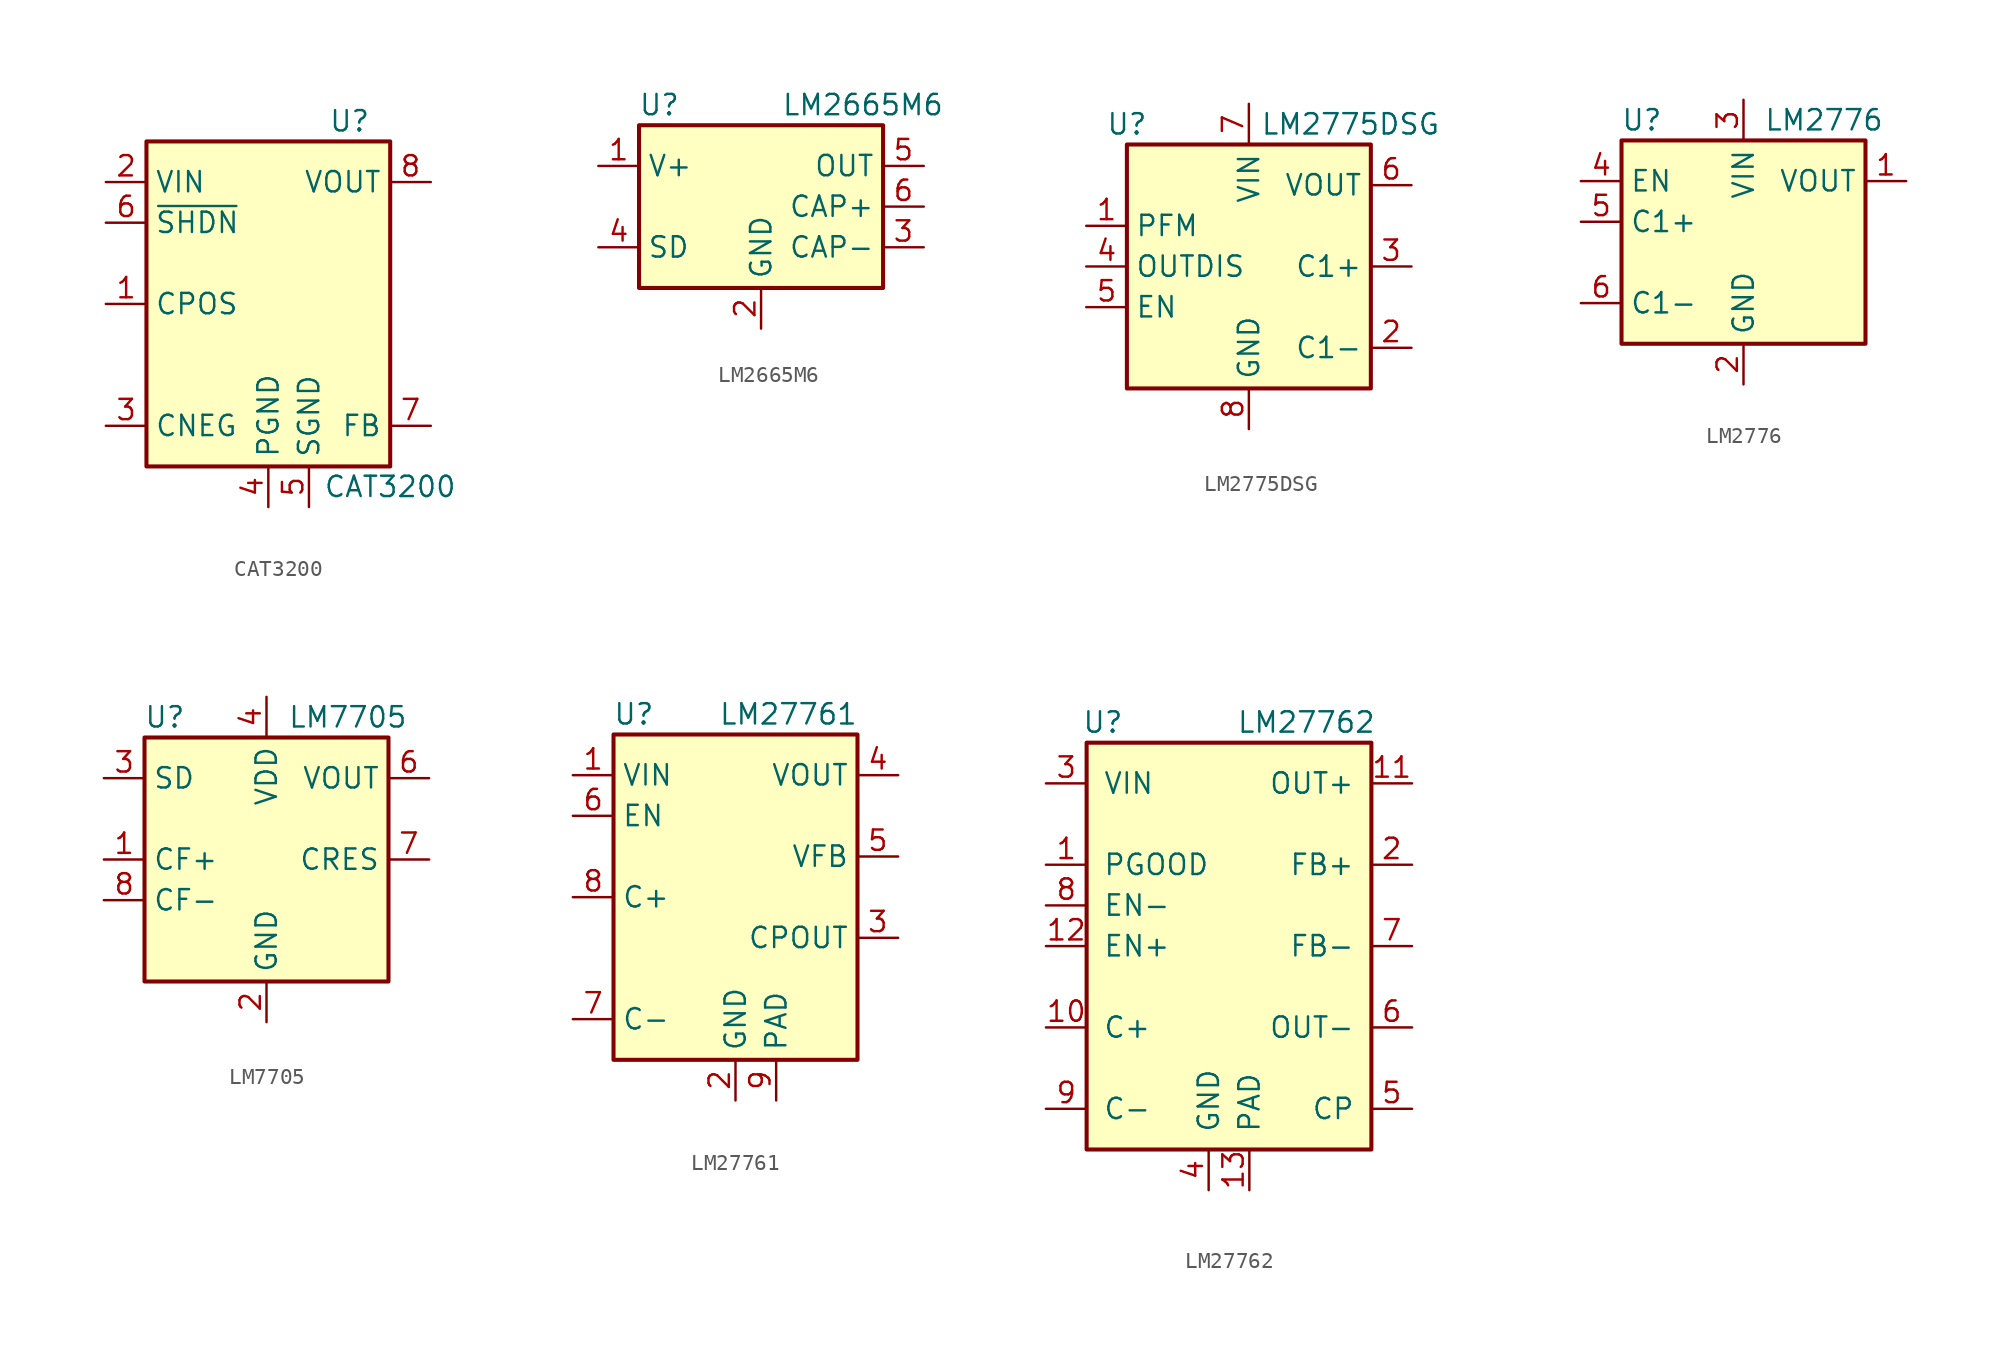
<source format=kicad_sym>
(kicad_symbol_lib
  (version 20241209)
  (generator "kicad_symbol_editor")
  (generator_version "9.0")
  (symbol "CAT3200"
    (property "Reference" "U"
      (at 5.08 11.43 0)
      (effects (font (size 1.27 1.27))))
    (property "Value" "CAT3200"
      (at 7.62 -11.43 0)
      (effects (font (size 1.27 1.27))))
    (symbol "CAT3200_0_1"
      (rectangle (start -7.62 10.16) (end 7.62 -10.16) (stroke (width 0.254) (type default)) (fill (type background))))
    (symbol "CAT3200_1_1"
      (pin power_in line (at -10.16 7.62 0) (length 2.54) (name "VIN" (effects (font (size 1.27 1.27)))) (number "2" (effects (font (size 1.27 1.27)))))
      (pin input line (at -10.16 5.08 0) (length 2.54) (name "~{SHDN}" (effects (font (size 1.27 1.27)))) (number "6" (effects (font (size 1.27 1.27)))))
      (pin passive line (at -10.16 0 0) (length 2.54) (name "CPOS" (effects (font (size 1.27 1.27)))) (number "1" (effects (font (size 1.27 1.27)))))
      (pin passive line (at -10.16 -7.62 0) (length 2.54) (name "CNEG" (effects (font (size 1.27 1.27)))) (number "3" (effects (font (size 1.27 1.27)))))
      (pin power_in line (at 0 -12.7 90) (length 2.54) (name "PGND" (effects (font (size 1.27 1.27)))) (number "4" (effects (font (size 1.27 1.27)))))
      (pin power_in line (at 2.54 -12.7 90) (length 2.54) (name "SGND" (effects (font (size 1.27 1.27)))) (number "5" (effects (font (size 1.27 1.27)))))
      (pin power_out line (at 10.16 7.62 180) (length 2.54) (name "VOUT" (effects (font (size 1.27 1.27)))) (number "8" (effects (font (size 1.27 1.27)))))
      (pin input line (at 10.16 -7.62 180) (length 2.54) (name "FB" (effects (font (size 1.27 1.27)))) (number "7" (effects (font (size 1.27 1.27)))))))
  (symbol "LM2665M6"
    (property "Reference" "U"
      (at -6.35 6.35 0)
      (effects (font (size 1.27 1.27))))
    (property "Value" "LM2665M6"
      (at 1.27 6.35 0)
      (effects (font (size 1.27 1.27)) (justify left)))
    (symbol "LM2665M6_0_1"
      (rectangle (start -7.62 5.08) (end 7.62 -5.08) (stroke (width 0.254) (type default)) (fill (type background))))
    (symbol "LM2665M6_1_1"
      (pin passive line (at -10.16 2.54 0) (length 2.54) (name "V+" (effects (font (size 1.27 1.27)))) (number "1" (effects (font (size 1.27 1.27)))))
      (pin input line (at -10.16 -2.54 0) (length 2.54) (name "SD" (effects (font (size 1.27 1.27)))) (number "4" (effects (font (size 1.27 1.27)))))
      (pin power_in line (at 0 -7.62 90) (length 2.54) (name "GND" (effects (font (size 1.27 1.27)))) (number "2" (effects (font (size 1.27 1.27)))))
      (pin passive line (at 10.16 2.54 180) (length 2.54) (name "OUT" (effects (font (size 1.27 1.27)))) (number "5" (effects (font (size 1.27 1.27)))))
      (pin passive line (at 10.16 0 180) (length 2.54) (name "CAP+" (effects (font (size 1.27 1.27)))) (number "6" (effects (font (size 1.27 1.27)))))
      (pin passive line (at 10.16 -2.54 180) (length 2.54) (name "CAP-" (effects (font (size 1.27 1.27)))) (number "3" (effects (font (size 1.27 1.27)))))))
  (symbol "LM2775DSG"
    (property "Reference" "U"
      (at -7.62 8.89 0)
      (effects (font (size 1.27 1.27))))
    (property "Value" "LM2775DSG"
      (at 6.35 8.89 0)
      (effects (font (size 1.27 1.27))))
    (symbol "LM2775DSG_0_1"
      (rectangle (start -7.62 7.62) (end 7.62 -7.62) (stroke (width 0.254) (type default)) (fill (type background))))
    (symbol "LM2775DSG_1_1"
      (pin input line (at -10.16 2.54 0) (length 2.54) (name "PFM" (effects (font (size 1.27 1.27)))) (number "1" (effects (font (size 1.27 1.27)))))
      (pin input line (at -10.16 0 0) (length 2.54) (name "OUTDIS" (effects (font (size 1.27 1.27)))) (number "4" (effects (font (size 1.27 1.27)))))
      (pin input line (at -10.16 -2.54 0) (length 2.54) (name "EN" (effects (font (size 1.27 1.27)))) (number "5" (effects (font (size 1.27 1.27)))))
      (pin power_in line (at 0 10.16 270) (length 2.54) (name "VIN" (effects (font (size 1.27 1.27)))) (number "7" (effects (font (size 1.27 1.27)))))
      (pin power_in line (at 0 -10.16 90) (length 2.54) (name "GND" (effects (font (size 1.27 1.27)))) (number "8" (effects (font (size 1.27 1.27)))))
      (pin passive line (at 0 -10.16 90) (length 2.54) (hide yes) (name "GND" (effects (font (size 1.27 1.27)))) (number "9" (effects (font (size 1.27 1.27)))))
      (pin power_out line (at 10.16 5.08 180) (length 2.54) (name "VOUT" (effects (font (size 1.27 1.27)))) (number "6" (effects (font (size 1.27 1.27)))))
      (pin passive line (at 10.16 0 180) (length 2.54) (name "C1+" (effects (font (size 1.27 1.27)))) (number "3" (effects (font (size 1.27 1.27)))))
      (pin passive line (at 10.16 -5.08 180) (length 2.54) (name "C1-" (effects (font (size 1.27 1.27)))) (number "2" (effects (font (size 1.27 1.27)))))))
  (symbol "LM2776"
    (property "Reference" "U"
      (at -6.35 6.35 0)
      (effects (font (size 1.27 1.27))))
    (property "Value" "LM2776"
      (at 1.27 6.35 0)
      (effects (font (size 1.27 1.27)) (justify left)))
    (symbol "LM2776_0_1"
      (rectangle (start -7.62 5.08) (end 7.62 -7.62) (stroke (width 0.254) (type default)) (fill (type background))))
    (symbol "LM2776_1_1"
      (pin input line (at -10.16 2.54 0) (length 2.54) (name "EN" (effects (font (size 1.27 1.27)))) (number "4" (effects (font (size 1.27 1.27)))))
      (pin passive line (at -10.16 0 0) (length 2.54) (name "C1+" (effects (font (size 1.27 1.27)))) (number "5" (effects (font (size 1.27 1.27)))))
      (pin passive line (at -10.16 -5.08 0) (length 2.54) (name "C1-" (effects (font (size 1.27 1.27)))) (number "6" (effects (font (size 1.27 1.27)))))
      (pin power_in line (at 0 7.62 270) (length 2.54) (name "VIN" (effects (font (size 1.27 1.27)))) (number "3" (effects (font (size 1.27 1.27)))))
      (pin power_in line (at 0 -10.16 90) (length 2.54) (name "GND" (effects (font (size 1.27 1.27)))) (number "2" (effects (font (size 1.27 1.27)))))
      (pin power_out line (at 10.16 2.54 180) (length 2.54) (name "VOUT" (effects (font (size 1.27 1.27)))) (number "1" (effects (font (size 1.27 1.27)))))))
  (symbol "LM7705"
    (property "Reference" "U"
      (at -6.35 8.89 0)
      (effects (font (size 1.27 1.27))))
    (property "Value" "LM7705"
      (at 5.08 8.89 0)
      (effects (font (size 1.27 1.27))))
    (symbol "LM7705_0_1"
      (rectangle (start -7.62 7.62) (end 7.62 -7.62) (stroke (width 0.254) (type default)) (fill (type background))))
    (symbol "LM7705_1_1"
      (pin input line (at -10.16 5.08 0) (length 2.54) (name "SD" (effects (font (size 1.27 1.27)))) (number "3" (effects (font (size 1.27 1.27)))))
      (pin passive line (at -10.16 0 0) (length 2.54) (name "CF+" (effects (font (size 1.27 1.27)))) (number "1" (effects (font (size 1.27 1.27)))))
      (pin passive line (at -10.16 -2.54 0) (length 2.54) (name "CF-" (effects (font (size 1.27 1.27)))) (number "8" (effects (font (size 1.27 1.27)))))
      (pin power_in line (at 0 10.16 270) (length 2.54) (name "VDD" (effects (font (size 1.27 1.27)))) (number "4" (effects (font (size 1.27 1.27)))))
      (pin power_in line (at 0 -10.16 90) (length 2.54) (name "GND" (effects (font (size 1.27 1.27)))) (number "2" (effects (font (size 1.27 1.27)))))
      (pin passive line (at 0 -10.16 90) (length 2.54) (hide yes) (name "GND" (effects (font (size 1.27 1.27)))) (number "5" (effects (font (size 1.27 1.27)))))
      (pin power_out line (at 10.16 5.08 180) (length 2.54) (name "VOUT" (effects (font (size 1.27 1.27)))) (number "6" (effects (font (size 1.27 1.27)))))
      (pin passive line (at 10.16 0 180) (length 2.54) (name "CRES" (effects (font (size 1.27 1.27)))) (number "7" (effects (font (size 1.27 1.27)))))))
  (symbol "LM27761"
    (property "Reference" "U"
      (at -6.35 11.43 0)
      (effects (font (size 1.27 1.27))))
    (property "Value" "LM27761"
      (at 3.302 11.43 0)
      (effects (font (size 1.27 1.27))))
    (symbol "LM27761_0_1"
      (rectangle (start -7.62 10.16) (end 7.62 -10.16) (stroke (width 0.254) (type default)) (fill (type background))))
    (symbol "LM27761_1_1"
      (pin power_in line (at -10.16 7.62 0) (length 2.54) (name "VIN" (effects (font (size 1.27 1.27)))) (number "1" (effects (font (size 1.27 1.27)))))
      (pin input line (at -10.16 5.08 0) (length 2.54) (name "EN" (effects (font (size 1.27 1.27)))) (number "6" (effects (font (size 1.27 1.27)))))
      (pin passive line (at -10.16 0 0) (length 2.54) (name "C+" (effects (font (size 1.27 1.27)))) (number "8" (effects (font (size 1.27 1.27)))))
      (pin passive line (at -10.16 -7.62 0) (length 2.54) (name "C-" (effects (font (size 1.27 1.27)))) (number "7" (effects (font (size 1.27 1.27)))))
      (pin power_in line (at 0 -12.7 90) (length 2.54) (name "GND" (effects (font (size 1.27 1.27)))) (number "2" (effects (font (size 1.27 1.27)))))
      (pin power_in line (at 2.54 -12.7 90) (length 2.54) (name "PAD" (effects (font (size 1.27 1.27)))) (number "9" (effects (font (size 1.27 1.27)))))
      (pin power_out line (at 10.16 7.62 180) (length 2.54) (name "VOUT" (effects (font (size 1.27 1.27)))) (number "4" (effects (font (size 1.27 1.27)))))
      (pin input line (at 10.16 2.54 180) (length 2.54) (name "VFB" (effects (font (size 1.27 1.27)))) (number "5" (effects (font (size 1.27 1.27)))))
      (pin power_out line (at 10.16 -2.54 180) (length 2.54) (name "CPOUT" (effects (font (size 1.27 1.27)))) (number "3" (effects (font (size 1.27 1.27)))))))
  (symbol "LM27762"
    (pin_names
      (offset 1.016))
    (property "Reference" "U"
      (at -6.604 8.89 0)
      (effects (font (size 1.27 1.27))))
    (property "Value" "LM27762"
      (at 6.096 8.89 0)
      (effects (font (size 1.27 1.27))))
    (symbol "LM27762_0_1"
      (rectangle (start -7.62 7.62) (end 10.16 -17.78) (stroke (width 0.254) (type default)) (fill (type background))))
    (symbol "LM27762_1_1"
      (pin power_in line (at -10.16 5.08 0) (length 2.54) (name "VIN" (effects (font (size 1.27 1.27)))) (number "3" (effects (font (size 1.27 1.27)))))
      (pin open_collector line (at -10.16 0 0) (length 2.54) (name "PGOOD" (effects (font (size 1.27 1.27)))) (number "1" (effects (font (size 1.27 1.27)))))
      (pin input line (at -10.16 -2.54 0) (length 2.54) (name "EN-" (effects (font (size 1.27 1.27)))) (number "8" (effects (font (size 1.27 1.27)))))
      (pin input line (at -10.16 -5.08 0) (length 2.54) (name "EN+" (effects (font (size 1.27 1.27)))) (number "12" (effects (font (size 1.27 1.27)))))
      (pin passive line (at -10.16 -10.16 0) (length 2.54) (name "C+" (effects (font (size 1.27 1.27)))) (number "10" (effects (font (size 1.27 1.27)))))
      (pin passive line (at -10.16 -15.24 0) (length 2.54) (name "C-" (effects (font (size 1.27 1.27)))) (number "9" (effects (font (size 1.27 1.27)))))
      (pin power_in line (at 0 -20.32 90) (length 2.54) (name "GND" (effects (font (size 1.27 1.27)))) (number "4" (effects (font (size 1.27 1.27)))))
      (pin power_in line (at 2.54 -20.32 90) (length 2.54) (name "PAD" (effects (font (size 1.27 1.27)))) (number "13" (effects (font (size 1.27 1.27)))))
      (pin power_out line (at 12.7 5.08 180) (length 2.54) (name "OUT+" (effects (font (size 1.27 1.27)))) (number "11" (effects (font (size 1.27 1.27)))))
      (pin input line (at 12.7 0 180) (length 2.54) (name "FB+" (effects (font (size 1.27 1.27)))) (number "2" (effects (font (size 1.27 1.27)))))
      (pin input line (at 12.7 -5.08 180) (length 2.54) (name "FB-" (effects (font (size 1.27 1.27)))) (number "7" (effects (font (size 1.27 1.27)))))
      (pin power_out line (at 12.7 -10.16 180) (length 2.54) (name "OUT-" (effects (font (size 1.27 1.27)))) (number "6" (effects (font (size 1.27 1.27)))))
      (pin passive line (at 12.7 -15.24 180) (length 2.54) (name "CP" (effects (font (size 1.27 1.27)))) (number "5" (effects (font (size 1.27 1.27))))))))
</source>
